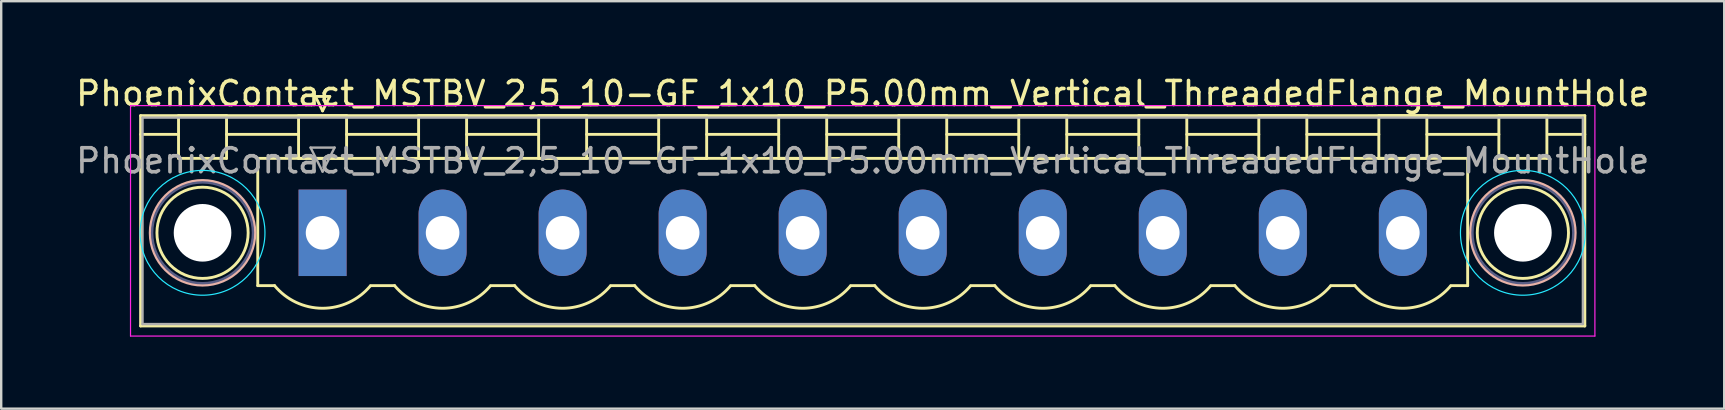
<source format=kicad_pcb>
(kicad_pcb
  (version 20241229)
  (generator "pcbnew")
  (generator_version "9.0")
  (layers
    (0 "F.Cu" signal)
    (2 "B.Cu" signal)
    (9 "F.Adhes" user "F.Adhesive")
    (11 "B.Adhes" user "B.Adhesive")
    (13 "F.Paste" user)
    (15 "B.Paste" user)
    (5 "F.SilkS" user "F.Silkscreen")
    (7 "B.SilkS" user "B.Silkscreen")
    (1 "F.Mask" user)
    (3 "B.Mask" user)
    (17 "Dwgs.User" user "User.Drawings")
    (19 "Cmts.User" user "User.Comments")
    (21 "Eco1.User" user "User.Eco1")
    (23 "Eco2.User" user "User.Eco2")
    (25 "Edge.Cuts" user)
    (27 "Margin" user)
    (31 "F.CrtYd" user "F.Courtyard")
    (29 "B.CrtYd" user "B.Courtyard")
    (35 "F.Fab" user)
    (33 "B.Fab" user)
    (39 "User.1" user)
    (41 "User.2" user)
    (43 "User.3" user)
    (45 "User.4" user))
  (footprint "PhoenixContact_MSTBV_2,5_10-GF_1x10_P5.00mm_Vertical_ThreadedFlange_MountHole"
    (layer "F.Cu")
    (at 10.387 6.648)
    (property "Reference" "PhoenixContact_MSTBV_2,5_10-GF_1x10_P5.00mm_Vertical_ThreadedFlange_MountHole" (at 22.5 -5.8 0) (layer "F.SilkS") (effects (font (size 1 1) (thickness 0.15))))
    (attr through_hole)
    (fp_line (start -7.58 -4.88) (end -7.58 3.88) (stroke (width 0.12) (type solid)) (layer "F.SilkS"))
    (fp_line (start -7.58 -4.1) (end -6.08 -4.1) (stroke (width 0.12) (type solid)) (layer "F.SilkS"))
    (fp_line (start -7.58 3.88) (end 52.58 3.88) (stroke (width 0.12) (type solid)) (layer "F.SilkS"))
    (fp_line (start -6 -4.88) (end -4 -4.88) (stroke (width 0.12) (type solid)) (layer "F.SilkS"))
    (fp_line (start -6 -3.1) (end -6 -4.88) (stroke (width 0.12) (type solid)) (layer "F.SilkS"))
    (fp_line (start -4 -4.88) (end -4 -3.1) (stroke (width 0.12) (type solid)) (layer "F.SilkS"))
    (fp_line (start -4 -4.1) (end -1 -4.1) (stroke (width 0.12) (type solid)) (layer "F.SilkS"))
    (fp_line (start -4 -3.1) (end -6 -3.1) (stroke (width 0.12) (type solid)) (layer "F.SilkS"))
    (fp_line (start -2.7 -3.1) (end 47.7 -3.1) (stroke (width 0.12) (type solid)) (layer "F.SilkS"))
    (fp_line (start -2.7 2.2) (end -2.7 -3.1) (stroke (width 0.12) (type solid)) (layer "F.SilkS"))
    (fp_line (start -2 2.2) (end -2.7 2.2) (stroke (width 0.12) (type solid)) (layer "F.SilkS"))
    (fp_line (start -1 -4.88) (end 1 -4.88) (stroke (width 0.12) (type solid)) (layer "F.SilkS"))
    (fp_line (start -1 -3.1) (end -1 -4.88) (stroke (width 0.12) (type solid)) (layer "F.SilkS"))
    (fp_line (start -0.3 -5.68) (end 0.3 -5.68) (stroke (width 0.12) (type solid)) (layer "F.SilkS"))
    (fp_line (start 0 -5.08) (end -0.3 -5.68) (stroke (width 0.12) (type solid)) (layer "F.SilkS"))
    (fp_line (start 0.3 -5.68) (end 0 -5.08) (stroke (width 0.12) (type solid)) (layer "F.SilkS"))
    (fp_line (start 1 -4.88) (end 1 -3.1) (stroke (width 0.12) (type solid)) (layer "F.SilkS"))
    (fp_line (start 1 -4.1) (end 4 -4.1) (stroke (width 0.12) (type solid)) (layer "F.SilkS"))
    (fp_line (start 1 -3.1) (end -1 -3.1) (stroke (width 0.12) (type solid)) (layer "F.SilkS"))
    (fp_line (start 2 2.2) (end 3 2.2) (stroke (width 0.12) (type solid)) (layer "F.SilkS"))
    (fp_line (start 4 -4.88) (end 6 -4.88) (stroke (width 0.12) (type solid)) (layer "F.SilkS"))
    (fp_line (start 4 -3.1) (end 4 -4.88) (stroke (width 0.12) (type solid)) (layer "F.SilkS"))
    (fp_line (start 6 -4.88) (end 6 -3.1) (stroke (width 0.12) (type solid)) (layer "F.SilkS"))
    (fp_line (start 6 -4.1) (end 9 -4.1) (stroke (width 0.12) (type solid)) (layer "F.SilkS"))
    (fp_line (start 6 -3.1) (end 4 -3.1) (stroke (width 0.12) (type solid)) (layer "F.SilkS"))
    (fp_line (start 7 2.2) (end 8 2.2) (stroke (width 0.12) (type solid)) (layer "F.SilkS"))
    (fp_line (start 9 -4.88) (end 11 -4.88) (stroke (width 0.12) (type solid)) (layer "F.SilkS"))
    (fp_line (start 9 -3.1) (end 9 -4.88) (stroke (width 0.12) (type solid)) (layer "F.SilkS"))
    (fp_line (start 11 -4.88) (end 11 -3.1) (stroke (width 0.12) (type solid)) (layer "F.SilkS"))
    (fp_line (start 11 -4.1) (end 14 -4.1) (stroke (width 0.12) (type solid)) (layer "F.SilkS"))
    (fp_line (start 11 -3.1) (end 9 -3.1) (stroke (width 0.12) (type solid)) (layer "F.SilkS"))
    (fp_line (start 12 2.2) (end 13 2.2) (stroke (width 0.12) (type solid)) (layer "F.SilkS"))
    (fp_line (start 14 -4.88) (end 16 -4.88) (stroke (width 0.12) (type solid)) (layer "F.SilkS"))
    (fp_line (start 14 -3.1) (end 14 -4.88) (stroke (width 0.12) (type solid)) (layer "F.SilkS"))
    (fp_line (start 16 -4.88) (end 16 -3.1) (stroke (width 0.12) (type solid)) (layer "F.SilkS"))
    (fp_line (start 16 -4.1) (end 19 -4.1) (stroke (width 0.12) (type solid)) (layer "F.SilkS"))
    (fp_line (start 16 -3.1) (end 14 -3.1) (stroke (width 0.12) (type solid)) (layer "F.SilkS"))
    (fp_line (start 17 2.2) (end 18 2.2) (stroke (width 0.12) (type solid)) (layer "F.SilkS"))
    (fp_line (start 19 -4.88) (end 21 -4.88) (stroke (width 0.12) (type solid)) (layer "F.SilkS"))
    (fp_line (start 19 -3.1) (end 19 -4.88) (stroke (width 0.12) (type solid)) (layer "F.SilkS"))
    (fp_line (start 21 -4.88) (end 21 -3.1) (stroke (width 0.12) (type solid)) (layer "F.SilkS"))
    (fp_line (start 21 -4.1) (end 24 -4.1) (stroke (width 0.12) (type solid)) (layer "F.SilkS"))
    (fp_line (start 21 -3.1) (end 19 -3.1) (stroke (width 0.12) (type solid)) (layer "F.SilkS"))
    (fp_line (start 22 2.2) (end 23 2.2) (stroke (width 0.12) (type solid)) (layer "F.SilkS"))
    (fp_line (start 24 -4.88) (end 26 -4.88) (stroke (width 0.12) (type solid)) (layer "F.SilkS"))
    (fp_line (start 24 -3.1) (end 24 -4.88) (stroke (width 0.12) (type solid)) (layer "F.SilkS"))
    (fp_line (start 26 -4.88) (end 26 -3.1) (stroke (width 0.12) (type solid)) (layer "F.SilkS"))
    (fp_line (start 26 -4.1) (end 29 -4.1) (stroke (width 0.12) (type solid)) (layer "F.SilkS"))
    (fp_line (start 26 -3.1) (end 24 -3.1) (stroke (width 0.12) (type solid)) (layer "F.SilkS"))
    (fp_line (start 27 2.2) (end 28 2.2) (stroke (width 0.12) (type solid)) (layer "F.SilkS"))
    (fp_line (start 29 -4.88) (end 31 -4.88) (stroke (width 0.12) (type solid)) (layer "F.SilkS"))
    (fp_line (start 29 -3.1) (end 29 -4.88) (stroke (width 0.12) (type solid)) (layer "F.SilkS"))
    (fp_line (start 31 -4.88) (end 31 -3.1) (stroke (width 0.12) (type solid)) (layer "F.SilkS"))
    (fp_line (start 31 -4.1) (end 34 -4.1) (stroke (width 0.12) (type solid)) (layer "F.SilkS"))
    (fp_line (start 31 -3.1) (end 29 -3.1) (stroke (width 0.12) (type solid)) (layer "F.SilkS"))
    (fp_line (start 32 2.2) (end 33 2.2) (stroke (width 0.12) (type solid)) (layer "F.SilkS"))
    (fp_line (start 34 -4.88) (end 36 -4.88) (stroke (width 0.12) (type solid)) (layer "F.SilkS"))
    (fp_line (start 34 -3.1) (end 34 -4.88) (stroke (width 0.12) (type solid)) (layer "F.SilkS"))
    (fp_line (start 36 -4.88) (end 36 -3.1) (stroke (width 0.12) (type solid)) (layer "F.SilkS"))
    (fp_line (start 36 -4.1) (end 39 -4.1) (stroke (width 0.12) (type solid)) (layer "F.SilkS"))
    (fp_line (start 36 -3.1) (end 34 -3.1) (stroke (width 0.12) (type solid)) (layer "F.SilkS"))
    (fp_line (start 37 2.2) (end 38 2.2) (stroke (width 0.12) (type solid)) (layer "F.SilkS"))
    (fp_line (start 39 -4.88) (end 41 -4.88) (stroke (width 0.12) (type solid)) (layer "F.SilkS"))
    (fp_line (start 39 -3.1) (end 39 -4.88) (stroke (width 0.12) (type solid)) (layer "F.SilkS"))
    (fp_line (start 41 -4.88) (end 41 -3.1) (stroke (width 0.12) (type solid)) (layer "F.SilkS"))
    (fp_line (start 41 -4.1) (end 44 -4.1) (stroke (width 0.12) (type solid)) (layer "F.SilkS"))
    (fp_line (start 41 -3.1) (end 39 -3.1) (stroke (width 0.12) (type solid)) (layer "F.SilkS"))
    (fp_line (start 42 2.2) (end 43 2.2) (stroke (width 0.12) (type solid)) (layer "F.SilkS"))
    (fp_line (start 44 -4.88) (end 46 -4.88) (stroke (width 0.12) (type solid)) (layer "F.SilkS"))
    (fp_line (start 44 -3.1) (end 44 -4.88) (stroke (width 0.12) (type solid)) (layer "F.SilkS"))
    (fp_line (start 46 -4.88) (end 46 -3.1) (stroke (width 0.12) (type solid)) (layer "F.SilkS"))
    (fp_line (start 46 -4.1) (end 49 -4.1) (stroke (width 0.12) (type solid)) (layer "F.SilkS"))
    (fp_line (start 46 -3.1) (end 44 -3.1) (stroke (width 0.12) (type solid)) (layer "F.SilkS"))
    (fp_line (start 47.7 -3.1) (end 47.7 2.2) (stroke (width 0.12) (type solid)) (layer "F.SilkS"))
    (fp_line (start 47.7 2.2) (end 47 2.2) (stroke (width 0.12) (type solid)) (layer "F.SilkS"))
    (fp_line (start 49 -4.88) (end 51 -4.88) (stroke (width 0.12) (type solid)) (layer "F.SilkS"))
    (fp_line (start 49 -3.1) (end 49 -4.88) (stroke (width 0.12) (type solid)) (layer "F.SilkS"))
    (fp_line (start 51 -4.88) (end 51 -3.1) (stroke (width 0.12) (type solid)) (layer "F.SilkS"))
    (fp_line (start 51 -3.1) (end 49 -3.1) (stroke (width 0.12) (type solid)) (layer "F.SilkS"))
    (fp_line (start 52.58 -4.88) (end -7.58 -4.88) (stroke (width 0.12) (type solid)) (layer "F.SilkS"))
    (fp_line (start 52.58 -4.1) (end 51.08 -4.1) (stroke (width 0.12) (type solid)) (layer "F.SilkS"))
    (fp_line (start 52.58 3.88) (end 52.58 -4.88) (stroke (width 0.12) (type solid)) (layer "F.SilkS"))
    (fp_arc (start 1.986842 2.215821) (mid -0.010289 3.142758) (end -2 2.2) (stroke (width 0.12) (type solid)) (layer "F.SilkS"))
    (fp_arc (start 6.986842 2.215821) (mid 4.989711 3.142758) (end 3 2.2) (stroke (width 0.12) (type solid)) (layer "F.SilkS"))
    (fp_arc (start 11.986842 2.215821) (mid 9.989711 3.142758) (end 8 2.2) (stroke (width 0.12) (type solid)) (layer "F.SilkS"))
    (fp_arc (start 16.986842 2.215821) (mid 14.989711 3.142758) (end 13 2.2) (stroke (width 0.12) (type solid)) (layer "F.SilkS"))
    (fp_arc (start 21.986842 2.215821) (mid 19.989711 3.142758) (end 18 2.2) (stroke (width 0.12) (type solid)) (layer "F.SilkS"))
    (fp_arc (start 26.986842 2.215821) (mid 24.989711 3.142758) (end 23 2.2) (stroke (width 0.12) (type solid)) (layer "F.SilkS"))
    (fp_arc (start 31.986842 2.215821) (mid 29.989711 3.142758) (end 28 2.2) (stroke (width 0.12) (type solid)) (layer "F.SilkS"))
    (fp_arc (start 36.986842 2.215821) (mid 34.989711 3.142758) (end 33 2.2) (stroke (width 0.12) (type solid)) (layer "F.SilkS"))
    (fp_arc (start 41.986842 2.215821) (mid 39.989711 3.142758) (end 38 2.2) (stroke (width 0.12) (type solid)) (layer "F.SilkS"))
    (fp_arc (start 46.986842 2.215821) (mid 44.989711 3.142758) (end 43 2.2) (stroke (width 0.12) (type solid)) (layer "F.SilkS"))
    (fp_circle (center -5 0) (end -3.1 0) (stroke (width 0.12) (type solid)) (fill no) (layer "F.SilkS"))
    (fp_circle (center 50 0) (end 51.9 0) (stroke (width 0.12) (type solid)) (fill no) (layer "F.SilkS"))
    (fp_circle (center -5 0) (end -2.82 0) (stroke (width 0.12) (type solid)) (fill no) (layer "B.SilkS"))
    (fp_circle (center 50 0) (end 52.18 0) (stroke (width 0.12) (type solid)) (fill no) (layer "B.SilkS"))
    (fp_circle (center -5 0) (end -2.4 0) (stroke (width 0.05) (type solid)) (fill no) (layer "B.CrtYd"))
    (fp_circle (center 50 0) (end 52.6 0) (stroke (width 0.05) (type solid)) (fill no) (layer "B.CrtYd"))
    (fp_line (start -8 -5.3) (end -8 4.3) (stroke (width 0.05) (type solid)) (layer "F.CrtYd"))
    (fp_line (start -8 4.3) (end 53 4.3) (stroke (width 0.05) (type solid)) (layer "F.CrtYd"))
    (fp_line (start 53 -5.3) (end -8 -5.3) (stroke (width 0.05) (type solid)) (layer "F.CrtYd"))
    (fp_line (start 53 4.3) (end 53 -5.3) (stroke (width 0.05) (type solid)) (layer "F.CrtYd"))
    (fp_circle (center -5 0) (end -2.9 0) (stroke (width 0.1) (type solid)) (fill no) (layer "B.Fab"))
    (fp_circle (center 50 0) (end 52.1 0) (stroke (width 0.1) (type solid)) (fill no) (layer "B.Fab"))
    (fp_line (start -7.5 -4.8) (end -7.5 3.8) (stroke (width 0.1) (type solid)) (layer "F.Fab"))
    (fp_line (start -7.5 3.8) (end 52.5 3.8) (stroke (width 0.1) (type solid)) (layer "F.Fab"))
    (fp_line (start -0.5 -3.55) (end 0.5 -3.55) (stroke (width 0.1) (type solid)) (layer "F.Fab"))
    (fp_line (start 0 -2.55) (end -0.5 -3.55) (stroke (width 0.1) (type solid)) (layer "F.Fab"))
    (fp_line (start 0.5 -3.55) (end 0 -2.55) (stroke (width 0.1) (type solid)) (layer "F.Fab"))
    (fp_line (start 52.5 -4.8) (end -7.5 -4.8) (stroke (width 0.1) (type solid)) (layer "F.Fab"))
    (fp_line (start 52.5 3.8) (end 52.5 -4.8) (stroke (width 0.1) (type solid)) (layer "F.Fab"))
    (fp_text user "${REFERENCE}" (at 22.5 -3 0) (layer "F.Fab") (effects (font (size 1 1) (thickness 0.15))))
    (pad "" np_thru_hole circle (at -5 0) (size 2.4 2.4) (drill 2.4) (layers "*.Cu" "*.Mask"))
    (pad "" np_thru_hole circle (at 50 0) (size 2.4 2.4) (drill 2.4) (layers "*.Cu" "*.Mask"))
    (pad "1" thru_hole rect (at 0 0) (size 2 3.6) (drill 1.4) (layers "*.Cu" "*.Mask"))
    (pad "2" thru_hole oval (at 5 0) (size 2 3.6) (drill 1.4) (layers "*.Cu" "*.Mask"))
    (pad "3" thru_hole oval (at 10 0) (size 2 3.6) (drill 1.4) (layers "*.Cu" "*.Mask"))
    (pad "4" thru_hole oval (at 15 0) (size 2 3.6) (drill 1.4) (layers "*.Cu" "*.Mask"))
    (pad "5" thru_hole oval (at 20 0) (size 2 3.6) (drill 1.4) (layers "*.Cu" "*.Mask"))
    (pad "6" thru_hole oval (at 25 0) (size 2 3.6) (drill 1.4) (layers "*.Cu" "*.Mask"))
    (pad "7" thru_hole oval (at 30 0) (size 2 3.6) (drill 1.4) (layers "*.Cu" "*.Mask"))
    (pad "8" thru_hole oval (at 35 0) (size 2 3.6) (drill 1.4) (layers "*.Cu" "*.Mask"))
    (pad "9" thru_hole oval (at 40 0) (size 2 3.6) (drill 1.4) (layers "*.Cu" "*.Mask"))
    (pad "10" thru_hole oval (at 45 0) (size 2 3.6) (drill 1.4) (layers "*.Cu" "*.Mask")))
  (gr_rect
    (start -3 -3)
    (end 68.774 13.973)
    (stroke (width 0.1) (type default))
    (fill no)
    (layer "Edge.Cuts")))
</source>
